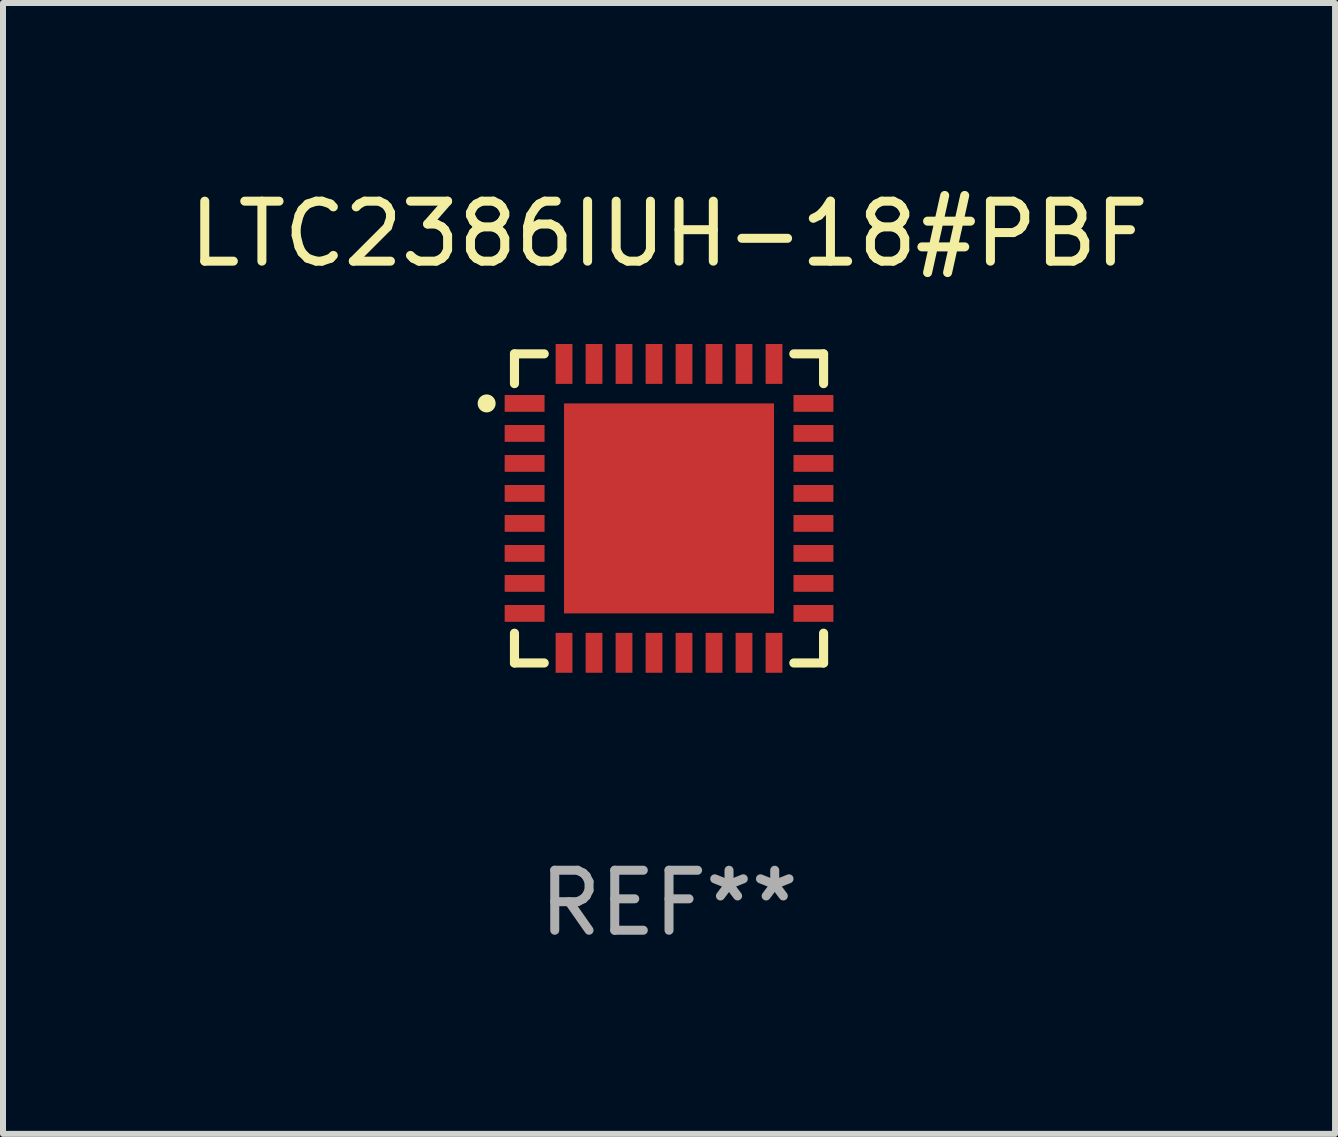
<source format=kicad_pcb>
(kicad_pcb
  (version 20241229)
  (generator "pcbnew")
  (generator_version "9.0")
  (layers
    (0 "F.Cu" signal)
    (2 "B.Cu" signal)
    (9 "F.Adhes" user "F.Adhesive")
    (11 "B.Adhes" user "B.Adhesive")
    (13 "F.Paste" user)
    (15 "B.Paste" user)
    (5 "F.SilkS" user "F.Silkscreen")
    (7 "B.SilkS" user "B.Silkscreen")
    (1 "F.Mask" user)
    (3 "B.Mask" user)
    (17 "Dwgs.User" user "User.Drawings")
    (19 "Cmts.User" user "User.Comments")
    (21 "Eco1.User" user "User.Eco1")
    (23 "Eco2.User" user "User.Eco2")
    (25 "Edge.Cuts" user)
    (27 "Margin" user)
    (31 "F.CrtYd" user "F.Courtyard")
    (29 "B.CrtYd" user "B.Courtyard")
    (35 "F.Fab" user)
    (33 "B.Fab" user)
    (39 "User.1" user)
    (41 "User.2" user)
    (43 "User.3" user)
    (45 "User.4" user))
  (footprint "LTC2386IUH-18#PBF"
    (layer "F.Cu")
    (at 8.101 5.424)
    (property "Reference" "LTC2386IUH-18#PBF" (at 0 -4.576 0) (layer "F.SilkS") (effects (font (size 1 1) (thickness 0.15))))
    (attr through_hole)
    (fp_line (start -2.576 -2.576) (end -2.576 -2.08) (stroke (width 0.152) (type solid)) (layer "F.SilkS"))
    (fp_line (start -2.576 2.576) (end -2.576 2.08) (stroke (width 0.152) (type solid)) (layer "F.SilkS"))
    (fp_line (start -2.08 -2.576) (end -2.576 -2.576) (stroke (width 0.152) (type solid)) (layer "F.SilkS"))
    (fp_line (start -2.08 2.576) (end -2.576 2.576) (stroke (width 0.152) (type solid)) (layer "F.SilkS"))
    (fp_line (start 2.08 -2.576) (end 2.576 -2.576) (stroke (width 0.152) (type solid)) (layer "F.SilkS"))
    (fp_line (start 2.08 2.576) (end 2.576 2.576) (stroke (width 0.152) (type solid)) (layer "F.SilkS"))
    (fp_line (start 2.576 -2.576) (end 2.576 -2.08) (stroke (width 0.152) (type solid)) (layer "F.SilkS"))
    (fp_line (start 2.576 2.576) (end 2.576 2.08) (stroke (width 0.152) (type solid)) (layer "F.SilkS"))
    (fp_circle (center -3.04 -1.75) (end -2.965 -1.75) (stroke (width 0.15) (type solid)) (fill no) (layer "F.SilkS"))
    (fp_text user "REF**" (at 0 6.576 0) (layer "F.Fab") (effects (font (size 1 1) (thickness 0.15))))
    (pad "1" smd rect (at -2.407 -1.75) (size 0.665 0.28) (layers "F.Cu" "F.Mask" "F.Paste"))
    (pad "2" smd rect (at -2.407 -1.25) (size 0.665 0.28) (layers "F.Cu" "F.Mask" "F.Paste"))
    (pad "3" smd rect (at -2.407 -0.75) (size 0.665 0.28) (layers "F.Cu" "F.Mask" "F.Paste"))
    (pad "4" smd rect (at -2.407 -0.25) (size 0.665 0.28) (layers "F.Cu" "F.Mask" "F.Paste"))
    (pad "5" smd rect (at -2.407 0.25) (size 0.665 0.28) (layers "F.Cu" "F.Mask" "F.Paste"))
    (pad "6" smd rect (at -2.407 0.75) (size 0.665 0.28) (layers "F.Cu" "F.Mask" "F.Paste"))
    (pad "7" smd rect (at -2.407 1.25) (size 0.665 0.28) (layers "F.Cu" "F.Mask" "F.Paste"))
    (pad "8" smd rect (at -2.407 1.75) (size 0.665 0.28) (layers "F.Cu" "F.Mask" "F.Paste"))
    (pad "9" smd rect (at -1.75 2.407) (size 0.28 0.665) (layers "F.Cu" "F.Mask" "F.Paste"))
    (pad "10" smd rect (at -1.25 2.407) (size 0.28 0.665) (layers "F.Cu" "F.Mask" "F.Paste"))
    (pad "11" smd rect (at -0.75 2.407) (size 0.28 0.665) (layers "F.Cu" "F.Mask" "F.Paste"))
    (pad "12" smd rect (at -0.25 2.407) (size 0.28 0.665) (layers "F.Cu" "F.Mask" "F.Paste"))
    (pad "13" smd rect (at 0.25 2.407) (size 0.28 0.665) (layers "F.Cu" "F.Mask" "F.Paste"))
    (pad "14" smd rect (at 0.75 2.407) (size 0.28 0.665) (layers "F.Cu" "F.Mask" "F.Paste"))
    (pad "15" smd rect (at 1.25 2.407) (size 0.28 0.665) (layers "F.Cu" "F.Mask" "F.Paste"))
    (pad "16" smd rect (at 1.75 2.407) (size 0.28 0.665) (layers "F.Cu" "F.Mask" "F.Paste"))
    (pad "17" smd rect (at 2.407 1.75) (size 0.665 0.28) (layers "F.Cu" "F.Mask" "F.Paste"))
    (pad "18" smd rect (at 2.407 1.25) (size 0.665 0.28) (layers "F.Cu" "F.Mask" "F.Paste"))
    (pad "19" smd rect (at 2.407 0.75) (size 0.665 0.28) (layers "F.Cu" "F.Mask" "F.Paste"))
    (pad "20" smd rect (at 2.407 0.25) (size 0.665 0.28) (layers "F.Cu" "F.Mask" "F.Paste"))
    (pad "21" smd rect (at 2.407 -0.25) (size 0.665 0.28) (layers "F.Cu" "F.Mask" "F.Paste"))
    (pad "22" smd rect (at 2.407 -0.75) (size 0.665 0.28) (layers "F.Cu" "F.Mask" "F.Paste"))
    (pad "23" smd rect (at 2.407 -1.25) (size 0.665 0.28) (layers "F.Cu" "F.Mask" "F.Paste"))
    (pad "24" smd rect (at 2.407 -1.75) (size 0.665 0.28) (layers "F.Cu" "F.Mask" "F.Paste"))
    (pad "25" smd rect (at 1.75 -2.408) (size 0.28 0.665) (layers "F.Cu" "F.Mask" "F.Paste"))
    (pad "26" smd rect (at 1.25 -2.408) (size 0.28 0.665) (layers "F.Cu" "F.Mask" "F.Paste"))
    (pad "27" smd rect (at 0.75 -2.408) (size 0.28 0.665) (layers "F.Cu" "F.Mask" "F.Paste"))
    (pad "28" smd rect (at 0.25 -2.408) (size 0.28 0.665) (layers "F.Cu" "F.Mask" "F.Paste"))
    (pad "29" smd rect (at -0.25 -2.408) (size 0.28 0.665) (layers "F.Cu" "F.Mask" "F.Paste"))
    (pad "30" smd rect (at -0.75 -2.408) (size 0.28 0.665) (layers "F.Cu" "F.Mask" "F.Paste"))
    (pad "31" smd rect (at -1.25 -2.408) (size 0.28 0.665) (layers "F.Cu" "F.Mask" "F.Paste"))
    (pad "32" smd rect (at -1.75 -2.408) (size 0.28 0.665) (layers "F.Cu" "F.Mask" "F.Paste"))
    (pad "33" smd rect (at -0.000076 -0.000102) (size 3.5 3.5) (layers "F.Cu" "F.Mask" "F.Paste")))
  (gr_rect
    (start -3 -3)
    (end 19.202 15.849)
    (stroke (width 0.1) (type default))
    (fill no)
    (layer "Edge.Cuts")))
</source>
